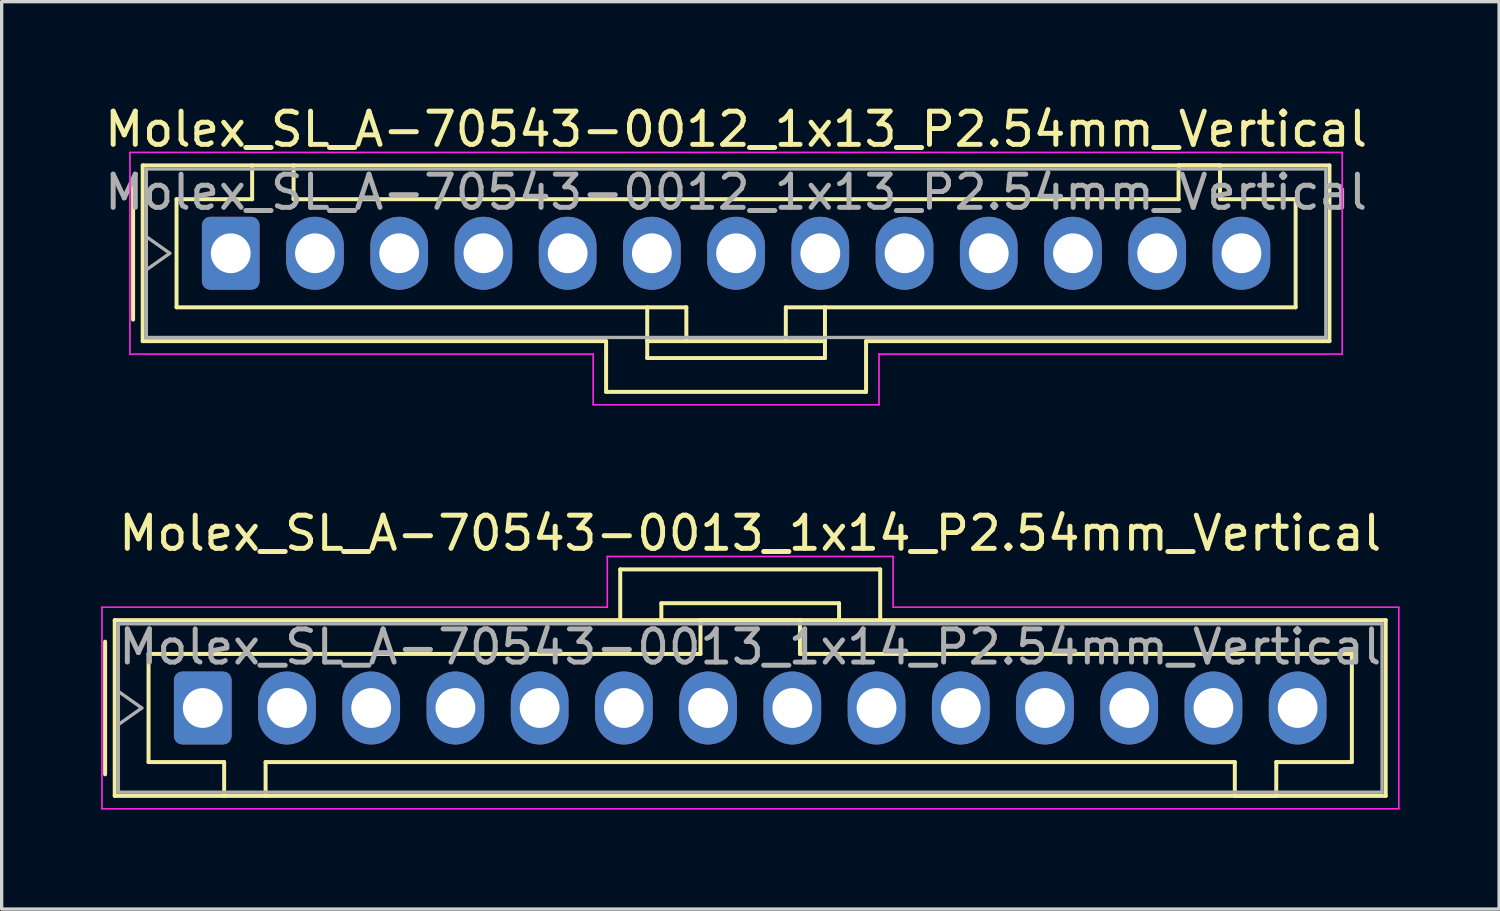
<source format=kicad_pcb>
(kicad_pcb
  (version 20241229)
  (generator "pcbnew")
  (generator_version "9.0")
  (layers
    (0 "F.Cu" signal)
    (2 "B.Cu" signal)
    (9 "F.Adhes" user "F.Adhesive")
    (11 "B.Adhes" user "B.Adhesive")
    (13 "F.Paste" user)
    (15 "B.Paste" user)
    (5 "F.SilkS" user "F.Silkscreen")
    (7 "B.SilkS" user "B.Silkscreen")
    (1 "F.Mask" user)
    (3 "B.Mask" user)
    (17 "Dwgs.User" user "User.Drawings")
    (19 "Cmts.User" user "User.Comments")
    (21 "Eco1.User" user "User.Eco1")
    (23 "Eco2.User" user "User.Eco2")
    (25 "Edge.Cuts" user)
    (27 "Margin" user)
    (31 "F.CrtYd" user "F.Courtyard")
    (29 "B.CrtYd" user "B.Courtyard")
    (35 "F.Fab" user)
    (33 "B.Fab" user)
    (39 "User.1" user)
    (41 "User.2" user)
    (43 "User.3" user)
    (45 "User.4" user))
  (footprint "Molex_SL_A-70543-0012_1x13_P2.54mm_Vertical"
    (layer "F.Cu")
    (at 3.909 4.588)
    (property "Reference" "Molex_SL_A-70543-0012_1x13_P2.54mm_Vertical" (at 15.24 -3.74 0) (layer "F.SilkS") (effects (font (size 1 1) (thickness 0.15))))
    (attr through_hole)
    (fp_line (start -2.945 -2) (end -2.945 2) (stroke (width 0.12) (type solid)) (layer "F.SilkS"))
    (fp_line (start -2.655 -2.65) (end 33.135 -2.65) (stroke (width 0.12) (type solid)) (layer "F.SilkS"))
    (fp_line (start -2.655 2.65) (end -2.655 -2.65) (stroke (width 0.12) (type solid)) (layer "F.SilkS"))
    (fp_line (start -2.655 2.65) (end 11.32 2.65) (stroke (width 0.12) (type solid)) (layer "F.SilkS"))
    (fp_line (start -1.635 -1.63) (end -1.635 1.63) (stroke (width 0.12) (type solid)) (layer "F.SilkS"))
    (fp_line (start -1.635 1.63) (end 13.74 1.63) (stroke (width 0.12) (type solid)) (layer "F.SilkS"))
    (fp_line (start 0.645 -2.65) (end 0.645 -1.63) (stroke (width 0.12) (type solid)) (layer "F.SilkS"))
    (fp_line (start 0.645 -1.63) (end -1.635 -1.63) (stroke (width 0.12) (type solid)) (layer "F.SilkS"))
    (fp_line (start 1.895 -1.63) (end 1.895 -2.65) (stroke (width 0.12) (type solid)) (layer "F.SilkS"))
    (fp_line (start 11.32 2.65) (end 11.32 4.18) (stroke (width 0.12) (type solid)) (layer "F.SilkS"))
    (fp_line (start 11.32 4.18) (end 19.16 4.18) (stroke (width 0.12) (type solid)) (layer "F.SilkS"))
    (fp_line (start 12.56 1.63) (end 12.56 3.16) (stroke (width 0.12) (type solid)) (layer "F.SilkS"))
    (fp_line (start 12.56 2.65) (end 13.74 2.65) (stroke (width 0.12) (type solid)) (layer "F.SilkS"))
    (fp_line (start 12.56 3.16) (end 17.92 3.16) (stroke (width 0.12) (type solid)) (layer "F.SilkS"))
    (fp_line (start 13.74 1.63) (end 13.74 2.65) (stroke (width 0.12) (type solid)) (layer "F.SilkS"))
    (fp_line (start 13.74 2.65) (end 16.74 2.65) (stroke (width 0.12) (type solid)) (layer "F.SilkS"))
    (fp_line (start 16.74 1.63) (end 32.115 1.63) (stroke (width 0.12) (type solid)) (layer "F.SilkS"))
    (fp_line (start 16.74 2.65) (end 16.74 1.63) (stroke (width 0.12) (type solid)) (layer "F.SilkS"))
    (fp_line (start 17.92 2.65) (end 16.74 2.65) (stroke (width 0.12) (type solid)) (layer "F.SilkS"))
    (fp_line (start 17.92 3.16) (end 17.92 1.63) (stroke (width 0.12) (type solid)) (layer "F.SilkS"))
    (fp_line (start 19.16 4.18) (end 19.16 2.65) (stroke (width 0.12) (type solid)) (layer "F.SilkS"))
    (fp_line (start 28.585 -2.65) (end 28.585 -1.63) (stroke (width 0.12) (type solid)) (layer "F.SilkS"))
    (fp_line (start 28.585 -1.63) (end 1.895 -1.63) (stroke (width 0.12) (type solid)) (layer "F.SilkS"))
    (fp_line (start 29.835 -2.65) (end 28.585 -2.65) (stroke (width 0.12) (type solid)) (layer "F.SilkS"))
    (fp_line (start 29.835 -1.63) (end 29.835 -2.65) (stroke (width 0.12) (type solid)) (layer "F.SilkS"))
    (fp_line (start 32.115 -1.63) (end 29.835 -1.63) (stroke (width 0.12) (type solid)) (layer "F.SilkS"))
    (fp_line (start 32.115 1.63) (end 32.115 -1.63) (stroke (width 0.12) (type solid)) (layer "F.SilkS"))
    (fp_line (start 33.135 -2.65) (end 33.135 2.65) (stroke (width 0.12) (type solid)) (layer "F.SilkS"))
    (fp_line (start 33.135 2.65) (end 19.16 2.65) (stroke (width 0.12) (type solid)) (layer "F.SilkS"))
    (fp_line (start -3.04 -3.04) (end -3.04 3.04) (stroke (width 0.05) (type solid)) (layer "F.CrtYd"))
    (fp_line (start -3.04 3.04) (end 10.93 3.04) (stroke (width 0.05) (type solid)) (layer "F.CrtYd"))
    (fp_line (start 10.93 3.04) (end 10.93 4.57) (stroke (width 0.05) (type solid)) (layer "F.CrtYd"))
    (fp_line (start 10.93 4.57) (end 19.55 4.57) (stroke (width 0.05) (type solid)) (layer "F.CrtYd"))
    (fp_line (start 19.55 3.04) (end 33.52 3.04) (stroke (width 0.05) (type solid)) (layer "F.CrtYd"))
    (fp_line (start 19.55 4.57) (end 19.55 3.04) (stroke (width 0.05) (type solid)) (layer "F.CrtYd"))
    (fp_line (start 33.52 -3.04) (end -3.04 -3.04) (stroke (width 0.05) (type solid)) (layer "F.CrtYd"))
    (fp_line (start 33.52 3.04) (end 33.52 -3.04) (stroke (width 0.05) (type solid)) (layer "F.CrtYd"))
    (fp_line (start -2.545 -2.54) (end -2.545 2.54) (stroke (width 0.1) (type solid)) (layer "F.Fab"))
    (fp_line (start -2.545 -0.5) (end -1.838 0) (stroke (width 0.1) (type solid)) (layer "F.Fab"))
    (fp_line (start -2.545 2.54) (end 33.025 2.54) (stroke (width 0.1) (type solid)) (layer "F.Fab"))
    (fp_line (start -1.838 0) (end -2.545 0.5) (stroke (width 0.1) (type solid)) (layer "F.Fab"))
    (fp_line (start 33.025 -2.54) (end -2.545 -2.54) (stroke (width 0.1) (type solid)) (layer "F.Fab"))
    (fp_line (start 33.025 2.54) (end 33.025 -2.54) (stroke (width 0.1) (type solid)) (layer "F.Fab"))
    (fp_text user "${REFERENCE}" (at 15.24 -1.84 0) (layer "F.Fab") (effects (font (size 1 1) (thickness 0.15))))
    (pad "1" thru_hole roundrect (at 0 0) (size 1.74 2.2) (drill 1.2) (layers "*.Cu" "*.Mask") (roundrect_rratio 0.144))
    (pad "2" thru_hole oval (at 2.54 0) (size 1.74 2.2) (drill 1.2) (layers "*.Cu" "*.Mask"))
    (pad "3" thru_hole oval (at 5.08 0) (size 1.74 2.2) (drill 1.2) (layers "*.Cu" "*.Mask"))
    (pad "4" thru_hole oval (at 7.62 0) (size 1.74 2.2) (drill 1.2) (layers "*.Cu" "*.Mask"))
    (pad "5" thru_hole oval (at 10.16 0) (size 1.74 2.2) (drill 1.2) (layers "*.Cu" "*.Mask"))
    (pad "6" thru_hole oval (at 12.7 0) (size 1.74 2.2) (drill 1.2) (layers "*.Cu" "*.Mask"))
    (pad "7" thru_hole oval (at 15.24 0) (size 1.74 2.2) (drill 1.2) (layers "*.Cu" "*.Mask"))
    (pad "8" thru_hole oval (at 17.78 0) (size 1.74 2.2) (drill 1.2) (layers "*.Cu" "*.Mask"))
    (pad "9" thru_hole oval (at 20.32 0) (size 1.74 2.2) (drill 1.2) (layers "*.Cu" "*.Mask"))
    (pad "10" thru_hole oval (at 22.86 0) (size 1.74 2.2) (drill 1.2) (layers "*.Cu" "*.Mask"))
    (pad "11" thru_hole oval (at 25.4 0) (size 1.74 2.2) (drill 1.2) (layers "*.Cu" "*.Mask"))
    (pad "12" thru_hole oval (at 27.94 0) (size 1.74 2.2) (drill 1.2) (layers "*.Cu" "*.Mask"))
    (pad "13" thru_hole oval (at 30.48 0) (size 1.74 2.2) (drill 1.2) (layers "*.Cu" "*.Mask")))
  (footprint "Molex_SL_A-70543-0013_1x14_P2.54mm_Vertical"
    (layer "F.Cu")
    (at 3.065 18.302)
    (property "Reference" "Molex_SL_A-70543-0013_1x14_P2.54mm_Vertical" (at 16.51 -5.27 0) (layer "F.SilkS") (effects (font (size 1 1) (thickness 0.15))))
    (attr through_hole)
    (fp_line (start -2.945 -2) (end -2.945 2) (stroke (width 0.12) (type solid)) (layer "F.SilkS"))
    (fp_line (start -2.655 -2.65) (end -2.655 2.65) (stroke (width 0.12) (type solid)) (layer "F.SilkS"))
    (fp_line (start -2.655 2.65) (end 35.675 2.65) (stroke (width 0.12) (type solid)) (layer "F.SilkS"))
    (fp_line (start -1.635 -1.63) (end 15.01 -1.63) (stroke (width 0.12) (type solid)) (layer "F.SilkS"))
    (fp_line (start -1.635 1.63) (end -1.635 -1.63) (stroke (width 0.12) (type solid)) (layer "F.SilkS"))
    (fp_line (start 0.645 1.63) (end -1.635 1.63) (stroke (width 0.12) (type solid)) (layer "F.SilkS"))
    (fp_line (start 0.645 2.65) (end 0.645 1.63) (stroke (width 0.12) (type solid)) (layer "F.SilkS"))
    (fp_line (start 1.895 1.63) (end 1.895 2.65) (stroke (width 0.12) (type solid)) (layer "F.SilkS"))
    (fp_line (start 12.59 -4.18) (end 20.43 -4.18) (stroke (width 0.12) (type solid)) (layer "F.SilkS"))
    (fp_line (start 12.59 -2.65) (end 12.59 -4.18) (stroke (width 0.12) (type solid)) (layer "F.SilkS"))
    (fp_line (start 13.83 -3.16) (end 19.19 -3.16) (stroke (width 0.12) (type solid)) (layer "F.SilkS"))
    (fp_line (start 13.83 -2.65) (end 13.83 -3.16) (stroke (width 0.12) (type solid)) (layer "F.SilkS"))
    (fp_line (start 15.01 -2.65) (end 18.01 -2.65) (stroke (width 0.12) (type solid)) (layer "F.SilkS"))
    (fp_line (start 15.01 -1.63) (end 15.01 -2.65) (stroke (width 0.12) (type solid)) (layer "F.SilkS"))
    (fp_line (start 18.01 -2.65) (end 18.01 -1.63) (stroke (width 0.12) (type solid)) (layer "F.SilkS"))
    (fp_line (start 18.01 -1.63) (end 34.655 -1.63) (stroke (width 0.12) (type solid)) (layer "F.SilkS"))
    (fp_line (start 19.19 -3.16) (end 19.19 -2.65) (stroke (width 0.12) (type solid)) (layer "F.SilkS"))
    (fp_line (start 20.43 -4.18) (end 20.43 -2.65) (stroke (width 0.12) (type solid)) (layer "F.SilkS"))
    (fp_line (start 31.125 1.63) (end 1.895 1.63) (stroke (width 0.12) (type solid)) (layer "F.SilkS"))
    (fp_line (start 31.125 2.65) (end 31.125 1.63) (stroke (width 0.12) (type solid)) (layer "F.SilkS"))
    (fp_line (start 32.375 1.63) (end 32.375 2.65) (stroke (width 0.12) (type solid)) (layer "F.SilkS"))
    (fp_line (start 32.375 2.65) (end 31.125 2.65) (stroke (width 0.12) (type solid)) (layer "F.SilkS"))
    (fp_line (start 34.655 -1.63) (end 34.655 1.63) (stroke (width 0.12) (type solid)) (layer "F.SilkS"))
    (fp_line (start 34.655 1.63) (end 32.375 1.63) (stroke (width 0.12) (type solid)) (layer "F.SilkS"))
    (fp_line (start 35.675 -2.65) (end -2.655 -2.65) (stroke (width 0.12) (type solid)) (layer "F.SilkS"))
    (fp_line (start 35.675 2.65) (end 35.675 -2.65) (stroke (width 0.12) (type solid)) (layer "F.SilkS"))
    (fp_line (start -3.04 -3.04) (end 12.2 -3.04) (stroke (width 0.05) (type solid)) (layer "F.CrtYd"))
    (fp_line (start -3.04 3.04) (end -3.04 -3.04) (stroke (width 0.05) (type solid)) (layer "F.CrtYd"))
    (fp_line (start 12.2 -4.57) (end 20.82 -4.57) (stroke (width 0.05) (type solid)) (layer "F.CrtYd"))
    (fp_line (start 12.2 -3.04) (end 12.2 -4.57) (stroke (width 0.05) (type solid)) (layer "F.CrtYd"))
    (fp_line (start 20.82 -4.57) (end 20.82 -3.04) (stroke (width 0.05) (type solid)) (layer "F.CrtYd"))
    (fp_line (start 20.82 -3.04) (end 36.07 -3.04) (stroke (width 0.05) (type solid)) (layer "F.CrtYd"))
    (fp_line (start 36.07 -3.04) (end 36.07 3.04) (stroke (width 0.05) (type solid)) (layer "F.CrtYd"))
    (fp_line (start 36.07 3.04) (end -3.04 3.04) (stroke (width 0.05) (type solid)) (layer "F.CrtYd"))
    (fp_line (start -2.545 -2.54) (end -2.545 2.54) (stroke (width 0.1) (type solid)) (layer "F.Fab"))
    (fp_line (start -2.545 -0.5) (end -1.838 0) (stroke (width 0.1) (type solid)) (layer "F.Fab"))
    (fp_line (start -2.545 2.54) (end 35.565 2.54) (stroke (width 0.1) (type solid)) (layer "F.Fab"))
    (fp_line (start -1.838 0) (end -2.545 0.5) (stroke (width 0.1) (type solid)) (layer "F.Fab"))
    (fp_line (start 35.565 -2.54) (end -2.545 -2.54) (stroke (width 0.1) (type solid)) (layer "F.Fab"))
    (fp_line (start 35.565 2.54) (end 35.565 -2.54) (stroke (width 0.1) (type solid)) (layer "F.Fab"))
    (fp_text user "${REFERENCE}" (at 16.51 -1.84 0) (layer "F.Fab") (effects (font (size 1 1) (thickness 0.15))))
    (pad "1" thru_hole roundrect (at 0 0) (size 1.74 2.2) (drill 1.2) (layers "*.Cu" "*.Mask") (roundrect_rratio 0.144))
    (pad "2" thru_hole oval (at 2.54 0) (size 1.74 2.2) (drill 1.2) (layers "*.Cu" "*.Mask"))
    (pad "3" thru_hole oval (at 5.08 0) (size 1.74 2.2) (drill 1.2) (layers "*.Cu" "*.Mask"))
    (pad "4" thru_hole oval (at 7.62 0) (size 1.74 2.2) (drill 1.2) (layers "*.Cu" "*.Mask"))
    (pad "5" thru_hole oval (at 10.16 0) (size 1.74 2.2) (drill 1.2) (layers "*.Cu" "*.Mask"))
    (pad "6" thru_hole oval (at 12.7 0) (size 1.74 2.2) (drill 1.2) (layers "*.Cu" "*.Mask"))
    (pad "7" thru_hole oval (at 15.24 0) (size 1.74 2.2) (drill 1.2) (layers "*.Cu" "*.Mask"))
    (pad "8" thru_hole oval (at 17.78 0) (size 1.74 2.2) (drill 1.2) (layers "*.Cu" "*.Mask"))
    (pad "9" thru_hole oval (at 20.32 0) (size 1.74 2.2) (drill 1.2) (layers "*.Cu" "*.Mask"))
    (pad "10" thru_hole oval (at 22.86 0) (size 1.74 2.2) (drill 1.2) (layers "*.Cu" "*.Mask"))
    (pad "11" thru_hole oval (at 25.4 0) (size 1.74 2.2) (drill 1.2) (layers "*.Cu" "*.Mask"))
    (pad "12" thru_hole oval (at 27.94 0) (size 1.74 2.2) (drill 1.2) (layers "*.Cu" "*.Mask"))
    (pad "13" thru_hole oval (at 30.48 0) (size 1.74 2.2) (drill 1.2) (layers "*.Cu" "*.Mask"))
    (pad "14" thru_hole oval (at 33.02 0) (size 1.74 2.2) (drill 1.2) (layers "*.Cu" "*.Mask")))
  (gr_rect
    (start -3 -3)
    (end 42.16 24.366)
    (stroke (width 0.1) (type default))
    (fill no)
    (layer "Edge.Cuts")))
</source>
